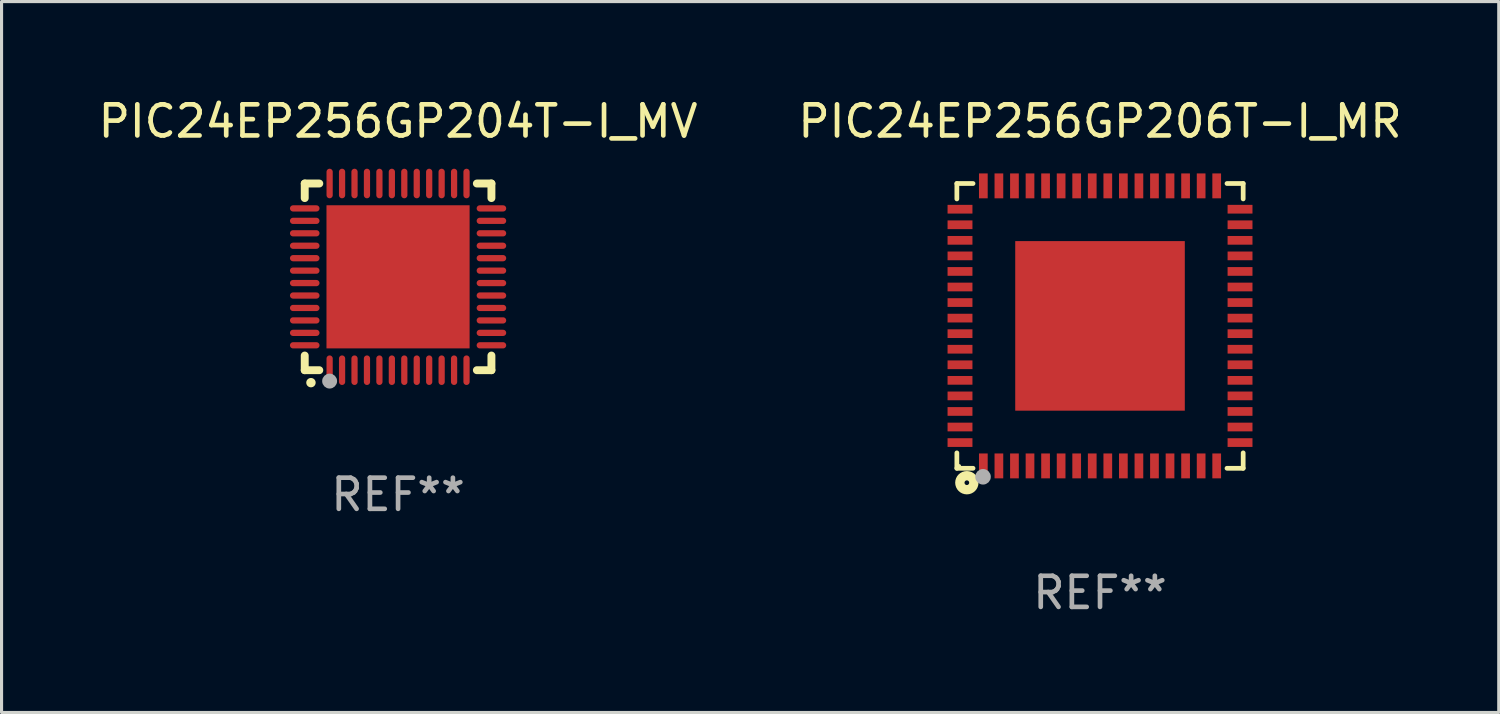
<source format=kicad_pcb>
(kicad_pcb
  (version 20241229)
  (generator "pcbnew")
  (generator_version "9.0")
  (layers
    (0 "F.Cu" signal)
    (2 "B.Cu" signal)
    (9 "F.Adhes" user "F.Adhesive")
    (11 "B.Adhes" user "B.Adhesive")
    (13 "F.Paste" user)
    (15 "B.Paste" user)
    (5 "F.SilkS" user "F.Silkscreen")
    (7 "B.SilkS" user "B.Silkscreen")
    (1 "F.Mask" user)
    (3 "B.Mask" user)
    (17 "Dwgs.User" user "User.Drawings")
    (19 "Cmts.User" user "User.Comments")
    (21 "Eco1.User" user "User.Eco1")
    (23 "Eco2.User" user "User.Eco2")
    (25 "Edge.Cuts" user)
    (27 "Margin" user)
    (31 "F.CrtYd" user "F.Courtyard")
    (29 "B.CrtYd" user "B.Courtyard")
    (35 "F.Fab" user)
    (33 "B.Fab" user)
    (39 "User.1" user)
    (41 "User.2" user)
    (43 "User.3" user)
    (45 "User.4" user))
  (footprint "PIC24EP256GP204T-I_MV"
    (layer "F.Cu")
    (at 9.744 5.848)
    (property "Reference" "PIC24EP256GP204T-I_MV" (at 0 -5 0) (layer "F.SilkS") (effects (font (size 1 1) (thickness 0.15))))
    (attr through_hole)
    (fp_line (start -3 -3) (end -2.532 -3) (stroke (width 0.254) (type solid)) (layer "F.SilkS"))
    (fp_line (start -3 -2.532) (end -3 -3) (stroke (width 0.254) (type solid)) (layer "F.SilkS"))
    (fp_line (start -3 3) (end -3 2.529) (stroke (width 0.254) (type solid)) (layer "F.SilkS"))
    (fp_line (start -2.532 3) (end -3 3) (stroke (width 0.254) (type solid)) (layer "F.SilkS"))
    (fp_line (start 2.532 -3) (end 3 -3) (stroke (width 0.254) (type solid)) (layer "F.SilkS"))
    (fp_line (start 3 -3) (end 3 -2.532) (stroke (width 0.254) (type solid)) (layer "F.SilkS"))
    (fp_line (start 3 2.529) (end 3 3) (stroke (width 0.254) (type solid)) (layer "F.SilkS"))
    (fp_line (start 3 3) (end 2.532 3) (stroke (width 0.254) (type solid)) (layer "F.SilkS"))
    (fp_arc (start -2.801295 3.400025) (mid -2.800025 3.40002) (end -2.798755 3.400025) (stroke (width 0.3) (type solid)) (layer "F.SilkS"))
    (fp_circle (center -3 3) (end -2.97 3) (stroke (width 0.06) (type solid)) (fill no) (layer "F.SilkS"))
    (fp_circle (center -2.2 3.35) (end -2.08 3.35) (stroke (width 0.24) (type solid)) (fill no) (layer "F.Fab"))
    (fp_text user "REF**" (at 0 7 0) (layer "F.Fab") (effects (font (size 1 1) (thickness 0.15))))
    (pad "1" smd oval (at -2.2 3) (size 0.2 0.95) (layers "F.Cu" "F.Mask" "F.Paste"))
    (pad "2" smd oval (at -1.8 3) (size 0.2 0.95) (layers "F.Cu" "F.Mask" "F.Paste"))
    (pad "3" smd oval (at -1.4 3) (size 0.2 0.95) (layers "F.Cu" "F.Mask" "F.Paste"))
    (pad "4" smd oval (at -1 3) (size 0.2 0.95) (layers "F.Cu" "F.Mask" "F.Paste"))
    (pad "5" smd oval (at -0.6 3) (size 0.2 0.95) (layers "F.Cu" "F.Mask" "F.Paste"))
    (pad "6" smd oval (at -0.2 3) (size 0.2 0.95) (layers "F.Cu" "F.Mask" "F.Paste"))
    (pad "7" smd oval (at 0.2 3) (size 0.2 0.95) (layers "F.Cu" "F.Mask" "F.Paste"))
    (pad "8" smd oval (at 0.6 3) (size 0.2 0.95) (layers "F.Cu" "F.Mask" "F.Paste"))
    (pad "9" smd oval (at 1 3) (size 0.2 0.95) (layers "F.Cu" "F.Mask" "F.Paste"))
    (pad "10" smd oval (at 1.4 3) (size 0.2 0.95) (layers "F.Cu" "F.Mask" "F.Paste"))
    (pad "11" smd oval (at 1.8 3) (size 0.2 0.95) (layers "F.Cu" "F.Mask" "F.Paste"))
    (pad "12" smd oval (at 2.2 3) (size 0.2 0.95) (layers "F.Cu" "F.Mask" "F.Paste"))
    (pad "13" smd oval (at 3 2.2 90) (size 0.2 0.95) (layers "F.Cu" "F.Mask" "F.Paste"))
    (pad "14" smd oval (at 3 1.8 90) (size 0.2 0.95) (layers "F.Cu" "F.Mask" "F.Paste"))
    (pad "15" smd oval (at 3 1.4 90) (size 0.2 0.95) (layers "F.Cu" "F.Mask" "F.Paste"))
    (pad "16" smd oval (at 3 1 90) (size 0.2 0.95) (layers "F.Cu" "F.Mask" "F.Paste"))
    (pad "17" smd oval (at 3 0.6 90) (size 0.2 0.95) (layers "F.Cu" "F.Mask" "F.Paste"))
    (pad "18" smd oval (at 3 0.2 90) (size 0.2 0.95) (layers "F.Cu" "F.Mask" "F.Paste"))
    (pad "19" smd oval (at 3 -0.2 90) (size 0.2 0.95) (layers "F.Cu" "F.Mask" "F.Paste"))
    (pad "20" smd oval (at 3 -0.6 90) (size 0.2 0.95) (layers "F.Cu" "F.Mask" "F.Paste"))
    (pad "21" smd oval (at 3 -1 90) (size 0.2 0.95) (layers "F.Cu" "F.Mask" "F.Paste"))
    (pad "22" smd oval (at 3 -1.4 90) (size 0.2 0.95) (layers "F.Cu" "F.Mask" "F.Paste"))
    (pad "23" smd oval (at 3 -1.8 90) (size 0.2 0.95) (layers "F.Cu" "F.Mask" "F.Paste"))
    (pad "24" smd oval (at 3 -2.2 90) (size 0.2 0.95) (layers "F.Cu" "F.Mask" "F.Paste"))
    (pad "25" smd oval (at 2.2 -3 180) (size 0.2 0.95) (layers "F.Cu" "F.Mask" "F.Paste"))
    (pad "26" smd oval (at 1.8 -3 180) (size 0.2 0.95) (layers "F.Cu" "F.Mask" "F.Paste"))
    (pad "27" smd oval (at 1.4 -3 180) (size 0.2 0.95) (layers "F.Cu" "F.Mask" "F.Paste"))
    (pad "28" smd oval (at 1 -3 180) (size 0.2 0.95) (layers "F.Cu" "F.Mask" "F.Paste"))
    (pad "29" smd oval (at 0.6 -3 180) (size 0.2 0.95) (layers "F.Cu" "F.Mask" "F.Paste"))
    (pad "30" smd oval (at 0.2 -3 180) (size 0.2 0.95) (layers "F.Cu" "F.Mask" "F.Paste"))
    (pad "31" smd oval (at -0.2 -3 180) (size 0.2 0.95) (layers "F.Cu" "F.Mask" "F.Paste"))
    (pad "32" smd oval (at -0.6 -3 180) (size 0.2 0.95) (layers "F.Cu" "F.Mask" "F.Paste"))
    (pad "33" smd oval (at -1 -3 180) (size 0.2 0.95) (layers "F.Cu" "F.Mask" "F.Paste"))
    (pad "34" smd oval (at -1.4 -3 180) (size 0.2 0.95) (layers "F.Cu" "F.Mask" "F.Paste"))
    (pad "35" smd oval (at -1.8 -3 180) (size 0.2 0.95) (layers "F.Cu" "F.Mask" "F.Paste"))
    (pad "36" smd oval (at -2.2 -3 180) (size 0.2 0.95) (layers "F.Cu" "F.Mask" "F.Paste"))
    (pad "37" smd oval (at -3 -2.2 270) (size 0.2 0.95) (layers "F.Cu" "F.Mask" "F.Paste"))
    (pad "38" smd oval (at -3 -1.8 270) (size 0.2 0.95) (layers "F.Cu" "F.Mask" "F.Paste"))
    (pad "39" smd oval (at -3 -1.4 270) (size 0.2 0.95) (layers "F.Cu" "F.Mask" "F.Paste"))
    (pad "40" smd oval (at -3 -1 270) (size 0.2 0.95) (layers "F.Cu" "F.Mask" "F.Paste"))
    (pad "41" smd oval (at -3 -0.6 270) (size 0.2 0.95) (layers "F.Cu" "F.Mask" "F.Paste"))
    (pad "42" smd oval (at -3 -0.2 270) (size 0.2 0.95) (layers "F.Cu" "F.Mask" "F.Paste"))
    (pad "43" smd oval (at -3 0.2 270) (size 0.2 0.95) (layers "F.Cu" "F.Mask" "F.Paste"))
    (pad "44" smd oval (at -3 0.6 270) (size 0.2 0.95) (layers "F.Cu" "F.Mask" "F.Paste"))
    (pad "45" smd oval (at -3 1 270) (size 0.2 0.95) (layers "F.Cu" "F.Mask" "F.Paste"))
    (pad "46" smd oval (at -3 1.4 270) (size 0.2 0.95) (layers "F.Cu" "F.Mask" "F.Paste"))
    (pad "47" smd oval (at -3 1.8 270) (size 0.2 0.95) (layers "F.Cu" "F.Mask" "F.Paste"))
    (pad "48" smd oval (at -3 2.2 270) (size 0.2 0.95) (layers "F.Cu" "F.Mask" "F.Paste"))
    (pad "49" smd rect (at -0.001 -0.001 180) (size 4.6 4.6) (layers "F.Cu" "F.Mask" "F.Paste")))
  (footprint "PIC24EP256GP206T-I_MR"
    (layer "F.Cu")
    (at 32.304 7.424)
    (property "Reference" "PIC24EP256GP206T-I_MR" (at 0 -6.576 0) (layer "F.SilkS") (effects (font (size 1 1) (thickness 0.15))))
    (attr through_hole)
    (fp_line (start -4.601 -4.576) (end -4.081 -4.576) (stroke (width 0.152) (type solid)) (layer "F.SilkS"))
    (fp_line (start -4.601 -4.081) (end -4.601 -4.576) (stroke (width 0.152) (type solid)) (layer "F.SilkS"))
    (fp_line (start -4.601 4.081) (end -4.601 4.576) (stroke (width 0.152) (type solid)) (layer "F.SilkS"))
    (fp_line (start -4.601 4.576) (end -4.081 4.576) (stroke (width 0.152) (type solid)) (layer "F.SilkS"))
    (fp_line (start 4.601 -4.576) (end 4.081 -4.576) (stroke (width 0.152) (type solid)) (layer "F.SilkS"))
    (fp_line (start 4.601 -4.081) (end 4.601 -4.576) (stroke (width 0.152) (type solid)) (layer "F.SilkS"))
    (fp_line (start 4.601 4.081) (end 4.601 4.576) (stroke (width 0.152) (type solid)) (layer "F.SilkS"))
    (fp_line (start 4.601 4.576) (end 4.081 4.576) (stroke (width 0.152) (type solid)) (layer "F.SilkS"))
    (fp_circle (center -4.525 4.5) (end -4.495 4.5) (stroke (width 0.06) (type solid)) (fill no) (layer "F.SilkS"))
    (fp_circle (center -4.28 5.04) (end -4.205 5.04) (stroke (width 0.3) (type solid)) (fill no) (layer "F.SilkS"))
    (fp_circle (center -3.76 4.85) (end -3.635 4.85) (stroke (width 0.25) (type solid)) (fill no) (layer "F.Fab"))
    (fp_text user "REF**" (at 0 8.576 0) (layer "F.Fab") (effects (font (size 1 1) (thickness 0.15))))
    (pad "1" smd rect (at -3.75 4.5) (size 0.28 0.8) (layers "F.Cu" "F.Mask" "F.Paste"))
    (pad "2" smd rect (at -3.25 4.5) (size 0.28 0.8) (layers "F.Cu" "F.Mask" "F.Paste"))
    (pad "3" smd rect (at -2.75 4.5) (size 0.28 0.8) (layers "F.Cu" "F.Mask" "F.Paste"))
    (pad "4" smd rect (at -2.25 4.5) (size 0.28 0.8) (layers "F.Cu" "F.Mask" "F.Paste"))
    (pad "5" smd rect (at -1.75 4.5) (size 0.28 0.8) (layers "F.Cu" "F.Mask" "F.Paste"))
    (pad "6" smd rect (at -1.25 4.5) (size 0.28 0.8) (layers "F.Cu" "F.Mask" "F.Paste"))
    (pad "7" smd rect (at -0.75 4.5) (size 0.28 0.8) (layers "F.Cu" "F.Mask" "F.Paste"))
    (pad "8" smd rect (at -0.25 4.5) (size 0.28 0.8) (layers "F.Cu" "F.Mask" "F.Paste"))
    (pad "9" smd rect (at 0.25 4.5) (size 0.28 0.8) (layers "F.Cu" "F.Mask" "F.Paste"))
    (pad "10" smd rect (at 0.75 4.5) (size 0.28 0.8) (layers "F.Cu" "F.Mask" "F.Paste"))
    (pad "11" smd rect (at 1.25 4.5) (size 0.28 0.8) (layers "F.Cu" "F.Mask" "F.Paste"))
    (pad "12" smd rect (at 1.75 4.5) (size 0.28 0.8) (layers "F.Cu" "F.Mask" "F.Paste"))
    (pad "13" smd rect (at 2.25 4.5) (size 0.28 0.8) (layers "F.Cu" "F.Mask" "F.Paste"))
    (pad "14" smd rect (at 2.75 4.5) (size 0.28 0.8) (layers "F.Cu" "F.Mask" "F.Paste"))
    (pad "15" smd rect (at 3.25 4.5) (size 0.28 0.8) (layers "F.Cu" "F.Mask" "F.Paste"))
    (pad "16" smd rect (at 3.75 4.5) (size 0.28 0.8) (layers "F.Cu" "F.Mask" "F.Paste"))
    (pad "17" smd rect (at 4.5 3.75) (size 0.8 0.28) (layers "F.Cu" "F.Mask" "F.Paste"))
    (pad "18" smd rect (at 4.5 3.25) (size 0.8 0.28) (layers "F.Cu" "F.Mask" "F.Paste"))
    (pad "19" smd rect (at 4.5 2.75) (size 0.8 0.28) (layers "F.Cu" "F.Mask" "F.Paste"))
    (pad "20" smd rect (at 4.5 2.25) (size 0.8 0.28) (layers "F.Cu" "F.Mask" "F.Paste"))
    (pad "21" smd rect (at 4.5 1.75) (size 0.8 0.28) (layers "F.Cu" "F.Mask" "F.Paste"))
    (pad "22" smd rect (at 4.5 1.25) (size 0.8 0.28) (layers "F.Cu" "F.Mask" "F.Paste"))
    (pad "23" smd rect (at 4.5 0.75) (size 0.8 0.28) (layers "F.Cu" "F.Mask" "F.Paste"))
    (pad "24" smd rect (at 4.5 0.25) (size 0.8 0.28) (layers "F.Cu" "F.Mask" "F.Paste"))
    (pad "25" smd rect (at 4.5 -0.25) (size 0.8 0.28) (layers "F.Cu" "F.Mask" "F.Paste"))
    (pad "26" smd rect (at 4.5 -0.75) (size 0.8 0.28) (layers "F.Cu" "F.Mask" "F.Paste"))
    (pad "27" smd rect (at 4.5 -1.25) (size 0.8 0.28) (layers "F.Cu" "F.Mask" "F.Paste"))
    (pad "28" smd rect (at 4.5 -1.75) (size 0.8 0.28) (layers "F.Cu" "F.Mask" "F.Paste"))
    (pad "29" smd rect (at 4.5 -2.25) (size 0.8 0.28) (layers "F.Cu" "F.Mask" "F.Paste"))
    (pad "30" smd rect (at 4.5 -2.75) (size 0.8 0.28) (layers "F.Cu" "F.Mask" "F.Paste"))
    (pad "31" smd rect (at 4.5 -3.25) (size 0.8 0.28) (layers "F.Cu" "F.Mask" "F.Paste"))
    (pad "32" smd rect (at 4.5 -3.75) (size 0.8 0.28) (layers "F.Cu" "F.Mask" "F.Paste"))
    (pad "33" smd rect (at 3.75 -4.5) (size 0.28 0.8) (layers "F.Cu" "F.Mask" "F.Paste"))
    (pad "34" smd rect (at 3.25 -4.5) (size 0.28 0.8) (layers "F.Cu" "F.Mask" "F.Paste"))
    (pad "35" smd rect (at 2.75 -4.5) (size 0.28 0.8) (layers "F.Cu" "F.Mask" "F.Paste"))
    (pad "36" smd rect (at 2.25 -4.5) (size 0.28 0.8) (layers "F.Cu" "F.Mask" "F.Paste"))
    (pad "37" smd rect (at 1.75 -4.5) (size 0.28 0.8) (layers "F.Cu" "F.Mask" "F.Paste"))
    (pad "38" smd rect (at 1.25 -4.5) (size 0.28 0.8) (layers "F.Cu" "F.Mask" "F.Paste"))
    (pad "39" smd rect (at 0.75 -4.5) (size 0.28 0.8) (layers "F.Cu" "F.Mask" "F.Paste"))
    (pad "40" smd rect (at 0.25 -4.5) (size 0.28 0.8) (layers "F.Cu" "F.Mask" "F.Paste"))
    (pad "41" smd rect (at -0.25 -4.5) (size 0.28 0.8) (layers "F.Cu" "F.Mask" "F.Paste"))
    (pad "42" smd rect (at -0.75 -4.5) (size 0.28 0.8) (layers "F.Cu" "F.Mask" "F.Paste"))
    (pad "43" smd rect (at -1.25 -4.5) (size 0.28 0.8) (layers "F.Cu" "F.Mask" "F.Paste"))
    (pad "44" smd rect (at -1.75 -4.5) (size 0.28 0.8) (layers "F.Cu" "F.Mask" "F.Paste"))
    (pad "45" smd rect (at -2.25 -4.5) (size 0.28 0.8) (layers "F.Cu" "F.Mask" "F.Paste"))
    (pad "46" smd rect (at -2.75 -4.5) (size 0.28 0.8) (layers "F.Cu" "F.Mask" "F.Paste"))
    (pad "47" smd rect (at -3.25 -4.5) (size 0.28 0.8) (layers "F.Cu" "F.Mask" "F.Paste"))
    (pad "48" smd rect (at -3.75 -4.5) (size 0.28 0.8) (layers "F.Cu" "F.Mask" "F.Paste"))
    (pad "49" smd rect (at -4.5 -3.75) (size 0.8 0.28) (layers "F.Cu" "F.Mask" "F.Paste"))
    (pad "50" smd rect (at -4.5 -3.25) (size 0.8 0.28) (layers "F.Cu" "F.Mask" "F.Paste"))
    (pad "51" smd rect (at -4.5 -2.75) (size 0.8 0.28) (layers "F.Cu" "F.Mask" "F.Paste"))
    (pad "52" smd rect (at -4.5 -2.25) (size 0.8 0.28) (layers "F.Cu" "F.Mask" "F.Paste"))
    (pad "53" smd rect (at -4.5 -1.75) (size 0.8 0.28) (layers "F.Cu" "F.Mask" "F.Paste"))
    (pad "54" smd rect (at -4.5 -1.25) (size 0.8 0.28) (layers "F.Cu" "F.Mask" "F.Paste"))
    (pad "55" smd rect (at -4.5 -0.75) (size 0.8 0.28) (layers "F.Cu" "F.Mask" "F.Paste"))
    (pad "56" smd rect (at -4.5 -0.25) (size 0.8 0.28) (layers "F.Cu" "F.Mask" "F.Paste"))
    (pad "57" smd rect (at -4.5 0.25) (size 0.8 0.28) (layers "F.Cu" "F.Mask" "F.Paste"))
    (pad "58" smd rect (at -4.5 0.75) (size 0.8 0.28) (layers "F.Cu" "F.Mask" "F.Paste"))
    (pad "59" smd rect (at -4.5 1.25) (size 0.8 0.28) (layers "F.Cu" "F.Mask" "F.Paste"))
    (pad "60" smd rect (at -4.5 1.75) (size 0.8 0.28) (layers "F.Cu" "F.Mask" "F.Paste"))
    (pad "61" smd rect (at -4.5 2.25) (size 0.8 0.28) (layers "F.Cu" "F.Mask" "F.Paste"))
    (pad "62" smd rect (at -4.5 2.75) (size 0.8 0.28) (layers "F.Cu" "F.Mask" "F.Paste"))
    (pad "63" smd rect (at -4.5 3.25) (size 0.8 0.28) (layers "F.Cu" "F.Mask" "F.Paste"))
    (pad "64" smd rect (at -4.5 3.75) (size 0.8 0.28) (layers "F.Cu" "F.Mask" "F.Paste"))
    (pad "65" smd rect (at 0 0) (size 5.45 5.45) (layers "F.Cu" "F.Mask" "F.Paste")))
  (gr_rect
    (start -3 -3)
    (end 45.119 19.849)
    (stroke (width 0.1) (type default))
    (fill no)
    (layer "Edge.Cuts")))
</source>
